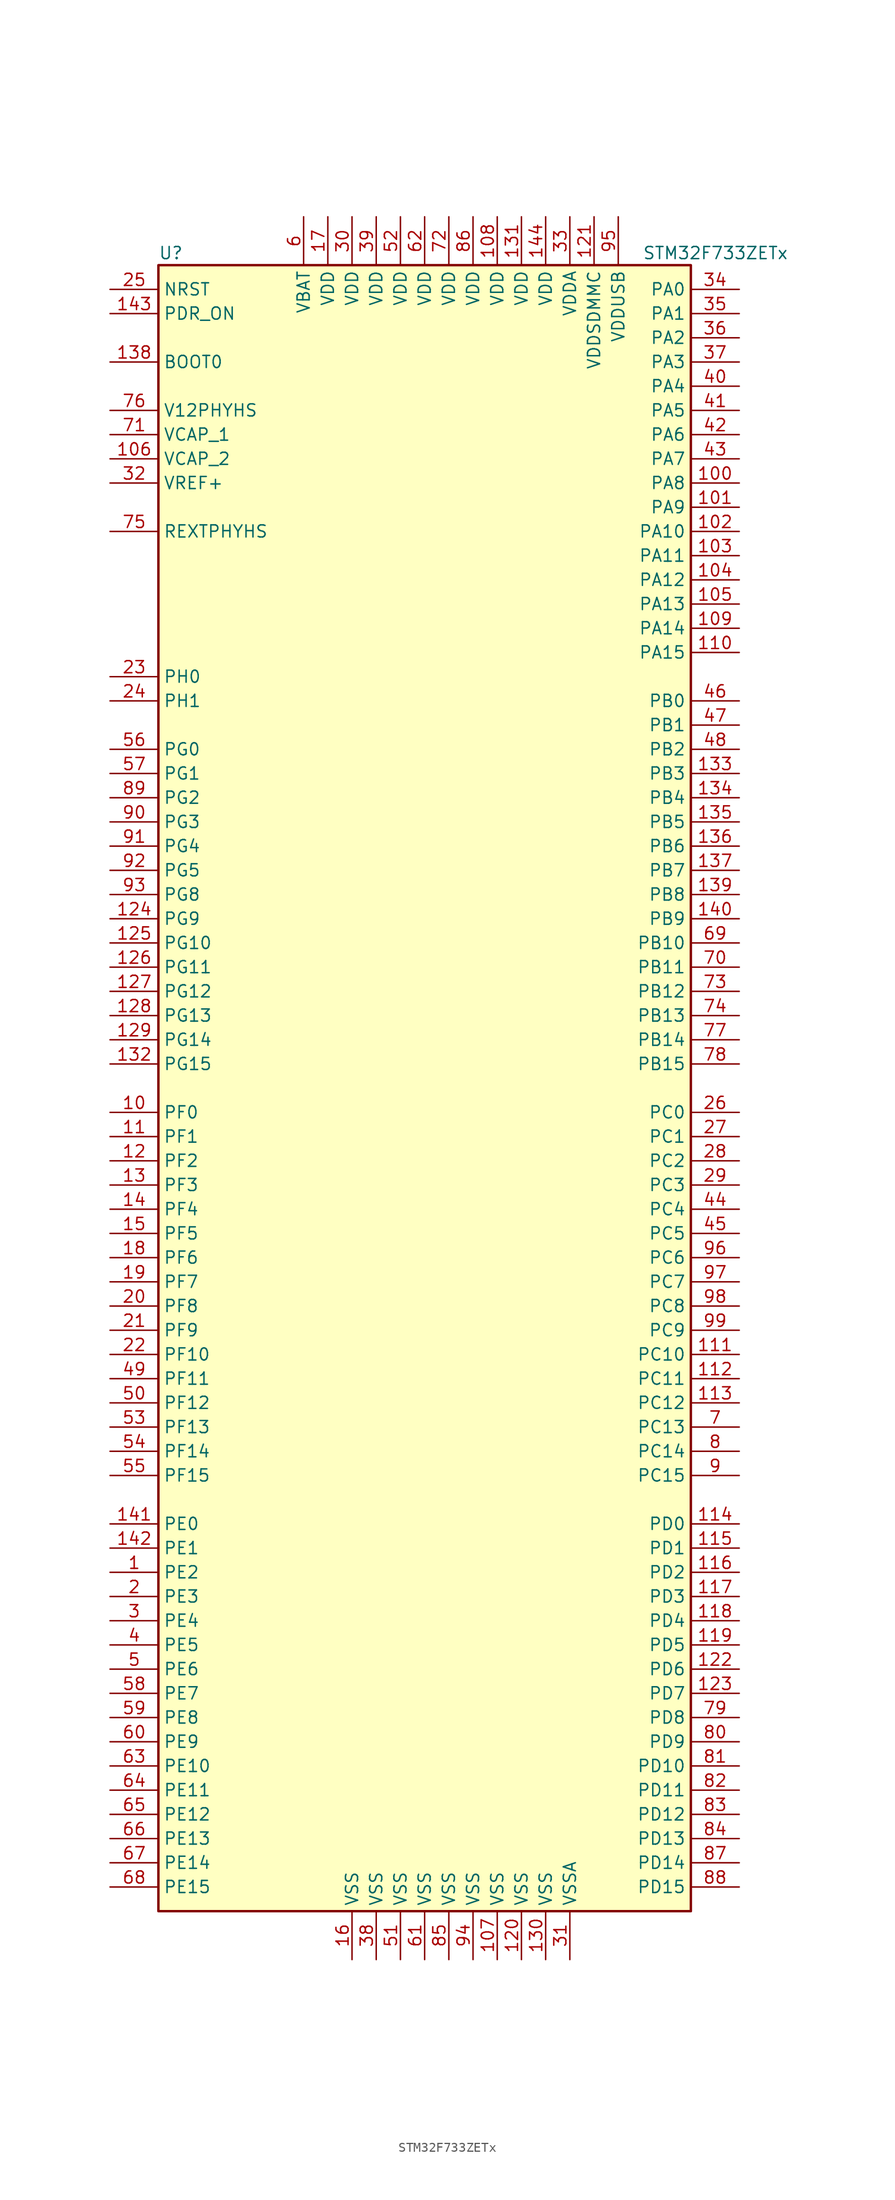
<source format=kicad_sym>
(kicad_symbol_lib
  (version 20211014)
  (generator kicad_symbol_editor)
  (symbol "STM32F733ZETx"
    (property "Reference" "U"
      (at -27.94 87.63 0)
      (effects (font (size 1.27 1.27)) (justify left)))
    (property "Value" "STM32F733ZETx"
      (at 22.86 87.63 0)
      (effects (font (size 1.27 1.27)) (justify left)))
    (symbol "STM32F733ZETx_0_1"
      (rectangle (start -27.94 -86.36) (end 27.94 86.36) (stroke (width 0.254) (type default) (color 0 0 0 0)) (fill (type background))))
    (symbol "STM32F733ZETx_1_1"
      (pin bidirectional line (at -33.02 -50.8 0) (length 5.08) (name "PE2" (effects (font (size 1.27 1.27)))) (number "1" (effects (font (size 1.27 1.27)))))
      (pin bidirectional line (at -33.02 -2.54 0) (length 5.08) (name "PF0" (effects (font (size 1.27 1.27)))) (number "10" (effects (font (size 1.27 1.27)))))
      (pin bidirectional line (at 33.02 63.5 180) (length 5.08) (name "PA8" (effects (font (size 1.27 1.27)))) (number "100" (effects (font (size 1.27 1.27)))))
      (pin bidirectional line (at 33.02 60.96 180) (length 5.08) (name "PA9" (effects (font (size 1.27 1.27)))) (number "101" (effects (font (size 1.27 1.27)))))
      (pin bidirectional line (at 33.02 58.42 180) (length 5.08) (name "PA10" (effects (font (size 1.27 1.27)))) (number "102" (effects (font (size 1.27 1.27)))))
      (pin bidirectional line (at 33.02 55.88 180) (length 5.08) (name "PA11" (effects (font (size 1.27 1.27)))) (number "103" (effects (font (size 1.27 1.27)))))
      (pin bidirectional line (at 33.02 53.34 180) (length 5.08) (name "PA12" (effects (font (size 1.27 1.27)))) (number "104" (effects (font (size 1.27 1.27)))))
      (pin bidirectional line (at 33.02 50.8 180) (length 5.08) (name "PA13" (effects (font (size 1.27 1.27)))) (number "105" (effects (font (size 1.27 1.27)))))
      (pin power_in line (at -33.02 66.04 0) (length 5.08) (name "VCAP_2" (effects (font (size 1.27 1.27)))) (number "106" (effects (font (size 1.27 1.27)))))
      (pin power_in line (at 7.62 -91.44 90) (length 5.08) (name "VSS" (effects (font (size 1.27 1.27)))) (number "107" (effects (font (size 1.27 1.27)))))
      (pin power_in line (at 7.62 91.44 270) (length 5.08) (name "VDD" (effects (font (size 1.27 1.27)))) (number "108" (effects (font (size 1.27 1.27)))))
      (pin bidirectional line (at 33.02 48.26 180) (length 5.08) (name "PA14" (effects (font (size 1.27 1.27)))) (number "109" (effects (font (size 1.27 1.27)))))
      (pin bidirectional line (at -33.02 -5.08 0) (length 5.08) (name "PF1" (effects (font (size 1.27 1.27)))) (number "11" (effects (font (size 1.27 1.27)))))
      (pin bidirectional line (at 33.02 45.72 180) (length 5.08) (name "PA15" (effects (font (size 1.27 1.27)))) (number "110" (effects (font (size 1.27 1.27)))))
      (pin bidirectional line (at 33.02 -27.94 180) (length 5.08) (name "PC10" (effects (font (size 1.27 1.27)))) (number "111" (effects (font (size 1.27 1.27)))))
      (pin bidirectional line (at 33.02 -30.48 180) (length 5.08) (name "PC11" (effects (font (size 1.27 1.27)))) (number "112" (effects (font (size 1.27 1.27)))))
      (pin bidirectional line (at 33.02 -33.02 180) (length 5.08) (name "PC12" (effects (font (size 1.27 1.27)))) (number "113" (effects (font (size 1.27 1.27)))))
      (pin bidirectional line (at 33.02 -45.72 180) (length 5.08) (name "PD0" (effects (font (size 1.27 1.27)))) (number "114" (effects (font (size 1.27 1.27)))))
      (pin bidirectional line (at 33.02 -48.26 180) (length 5.08) (name "PD1" (effects (font (size 1.27 1.27)))) (number "115" (effects (font (size 1.27 1.27)))))
      (pin bidirectional line (at 33.02 -50.8 180) (length 5.08) (name "PD2" (effects (font (size 1.27 1.27)))) (number "116" (effects (font (size 1.27 1.27)))))
      (pin bidirectional line (at 33.02 -53.34 180) (length 5.08) (name "PD3" (effects (font (size 1.27 1.27)))) (number "117" (effects (font (size 1.27 1.27)))))
      (pin bidirectional line (at 33.02 -55.88 180) (length 5.08) (name "PD4" (effects (font (size 1.27 1.27)))) (number "118" (effects (font (size 1.27 1.27)))))
      (pin bidirectional line (at 33.02 -58.42 180) (length 5.08) (name "PD5" (effects (font (size 1.27 1.27)))) (number "119" (effects (font (size 1.27 1.27)))))
      (pin bidirectional line (at -33.02 -7.62 0) (length 5.08) (name "PF2" (effects (font (size 1.27 1.27)))) (number "12" (effects (font (size 1.27 1.27)))))
      (pin power_in line (at 10.16 -91.44 90) (length 5.08) (name "VSS" (effects (font (size 1.27 1.27)))) (number "120" (effects (font (size 1.27 1.27)))))
      (pin power_in line (at 17.78 91.44 270) (length 5.08) (name "VDDSDMMC" (effects (font (size 1.27 1.27)))) (number "121" (effects (font (size 1.27 1.27)))))
      (pin bidirectional line (at 33.02 -60.96 180) (length 5.08) (name "PD6" (effects (font (size 1.27 1.27)))) (number "122" (effects (font (size 1.27 1.27)))))
      (pin bidirectional line (at 33.02 -63.5 180) (length 5.08) (name "PD7" (effects (font (size 1.27 1.27)))) (number "123" (effects (font (size 1.27 1.27)))))
      (pin bidirectional line (at -33.02 17.78 0) (length 5.08) (name "PG9" (effects (font (size 1.27 1.27)))) (number "124" (effects (font (size 1.27 1.27)))))
      (pin bidirectional line (at -33.02 15.24 0) (length 5.08) (name "PG10" (effects (font (size 1.27 1.27)))) (number "125" (effects (font (size 1.27 1.27)))))
      (pin bidirectional line (at -33.02 12.7 0) (length 5.08) (name "PG11" (effects (font (size 1.27 1.27)))) (number "126" (effects (font (size 1.27 1.27)))))
      (pin bidirectional line (at -33.02 10.16 0) (length 5.08) (name "PG12" (effects (font (size 1.27 1.27)))) (number "127" (effects (font (size 1.27 1.27)))))
      (pin bidirectional line (at -33.02 7.62 0) (length 5.08) (name "PG13" (effects (font (size 1.27 1.27)))) (number "128" (effects (font (size 1.27 1.27)))))
      (pin bidirectional line (at -33.02 5.08 0) (length 5.08) (name "PG14" (effects (font (size 1.27 1.27)))) (number "129" (effects (font (size 1.27 1.27)))))
      (pin bidirectional line (at -33.02 -10.16 0) (length 5.08) (name "PF3" (effects (font (size 1.27 1.27)))) (number "13" (effects (font (size 1.27 1.27)))))
      (pin power_in line (at 12.7 -91.44 90) (length 5.08) (name "VSS" (effects (font (size 1.27 1.27)))) (number "130" (effects (font (size 1.27 1.27)))))
      (pin power_in line (at 10.16 91.44 270) (length 5.08) (name "VDD" (effects (font (size 1.27 1.27)))) (number "131" (effects (font (size 1.27 1.27)))))
      (pin bidirectional line (at -33.02 2.54 0) (length 5.08) (name "PG15" (effects (font (size 1.27 1.27)))) (number "132" (effects (font (size 1.27 1.27)))))
      (pin bidirectional line (at 33.02 33.02 180) (length 5.08) (name "PB3" (effects (font (size 1.27 1.27)))) (number "133" (effects (font (size 1.27 1.27)))))
      (pin bidirectional line (at 33.02 30.48 180) (length 5.08) (name "PB4" (effects (font (size 1.27 1.27)))) (number "134" (effects (font (size 1.27 1.27)))))
      (pin bidirectional line (at 33.02 27.94 180) (length 5.08) (name "PB5" (effects (font (size 1.27 1.27)))) (number "135" (effects (font (size 1.27 1.27)))))
      (pin bidirectional line (at 33.02 25.4 180) (length 5.08) (name "PB6" (effects (font (size 1.27 1.27)))) (number "136" (effects (font (size 1.27 1.27)))))
      (pin bidirectional line (at 33.02 22.86 180) (length 5.08) (name "PB7" (effects (font (size 1.27 1.27)))) (number "137" (effects (font (size 1.27 1.27)))))
      (pin input line (at -33.02 76.2 0) (length 5.08) (name "BOOT0" (effects (font (size 1.27 1.27)))) (number "138" (effects (font (size 1.27 1.27)))))
      (pin bidirectional line (at 33.02 20.32 180) (length 5.08) (name "PB8" (effects (font (size 1.27 1.27)))) (number "139" (effects (font (size 1.27 1.27)))))
      (pin bidirectional line (at -33.02 -12.7 0) (length 5.08) (name "PF4" (effects (font (size 1.27 1.27)))) (number "14" (effects (font (size 1.27 1.27)))))
      (pin bidirectional line (at 33.02 17.78 180) (length 5.08) (name "PB9" (effects (font (size 1.27 1.27)))) (number "140" (effects (font (size 1.27 1.27)))))
      (pin bidirectional line (at -33.02 -45.72 0) (length 5.08) (name "PE0" (effects (font (size 1.27 1.27)))) (number "141" (effects (font (size 1.27 1.27)))))
      (pin bidirectional line (at -33.02 -48.26 0) (length 5.08) (name "PE1" (effects (font (size 1.27 1.27)))) (number "142" (effects (font (size 1.27 1.27)))))
      (pin input line (at -33.02 81.28 0) (length 5.08) (name "PDR_ON" (effects (font (size 1.27 1.27)))) (number "143" (effects (font (size 1.27 1.27)))))
      (pin power_in line (at 12.7 91.44 270) (length 5.08) (name "VDD" (effects (font (size 1.27 1.27)))) (number "144" (effects (font (size 1.27 1.27)))))
      (pin bidirectional line (at -33.02 -15.24 0) (length 5.08) (name "PF5" (effects (font (size 1.27 1.27)))) (number "15" (effects (font (size 1.27 1.27)))))
      (pin power_in line (at -7.62 -91.44 90) (length 5.08) (name "VSS" (effects (font (size 1.27 1.27)))) (number "16" (effects (font (size 1.27 1.27)))))
      (pin power_in line (at -10.16 91.44 270) (length 5.08) (name "VDD" (effects (font (size 1.27 1.27)))) (number "17" (effects (font (size 1.27 1.27)))))
      (pin bidirectional line (at -33.02 -17.78 0) (length 5.08) (name "PF6" (effects (font (size 1.27 1.27)))) (number "18" (effects (font (size 1.27 1.27)))))
      (pin bidirectional line (at -33.02 -20.32 0) (length 5.08) (name "PF7" (effects (font (size 1.27 1.27)))) (number "19" (effects (font (size 1.27 1.27)))))
      (pin bidirectional line (at -33.02 -53.34 0) (length 5.08) (name "PE3" (effects (font (size 1.27 1.27)))) (number "2" (effects (font (size 1.27 1.27)))))
      (pin bidirectional line (at -33.02 -22.86 0) (length 5.08) (name "PF8" (effects (font (size 1.27 1.27)))) (number "20" (effects (font (size 1.27 1.27)))))
      (pin bidirectional line (at -33.02 -25.4 0) (length 5.08) (name "PF9" (effects (font (size 1.27 1.27)))) (number "21" (effects (font (size 1.27 1.27)))))
      (pin bidirectional line (at -33.02 -27.94 0) (length 5.08) (name "PF10" (effects (font (size 1.27 1.27)))) (number "22" (effects (font (size 1.27 1.27)))))
      (pin input line (at -33.02 43.18 0) (length 5.08) (name "PH0" (effects (font (size 1.27 1.27)))) (number "23" (effects (font (size 1.27 1.27)))))
      (pin input line (at -33.02 40.64 0) (length 5.08) (name "PH1" (effects (font (size 1.27 1.27)))) (number "24" (effects (font (size 1.27 1.27)))))
      (pin input line (at -33.02 83.82 0) (length 5.08) (name "NRST" (effects (font (size 1.27 1.27)))) (number "25" (effects (font (size 1.27 1.27)))))
      (pin bidirectional line (at 33.02 -2.54 180) (length 5.08) (name "PC0" (effects (font (size 1.27 1.27)))) (number "26" (effects (font (size 1.27 1.27)))))
      (pin bidirectional line (at 33.02 -5.08 180) (length 5.08) (name "PC1" (effects (font (size 1.27 1.27)))) (number "27" (effects (font (size 1.27 1.27)))))
      (pin bidirectional line (at 33.02 -7.62 180) (length 5.08) (name "PC2" (effects (font (size 1.27 1.27)))) (number "28" (effects (font (size 1.27 1.27)))))
      (pin bidirectional line (at 33.02 -10.16 180) (length 5.08) (name "PC3" (effects (font (size 1.27 1.27)))) (number "29" (effects (font (size 1.27 1.27)))))
      (pin bidirectional line (at -33.02 -55.88 0) (length 5.08) (name "PE4" (effects (font (size 1.27 1.27)))) (number "3" (effects (font (size 1.27 1.27)))))
      (pin power_in line (at -7.62 91.44 270) (length 5.08) (name "VDD" (effects (font (size 1.27 1.27)))) (number "30" (effects (font (size 1.27 1.27)))))
      (pin power_in line (at 15.24 -91.44 90) (length 5.08) (name "VSSA" (effects (font (size 1.27 1.27)))) (number "31" (effects (font (size 1.27 1.27)))))
      (pin power_in line (at -33.02 63.5 0) (length 5.08) (name "VREF+" (effects (font (size 1.27 1.27)))) (number "32" (effects (font (size 1.27 1.27)))))
      (pin power_in line (at 15.24 91.44 270) (length 5.08) (name "VDDA" (effects (font (size 1.27 1.27)))) (number "33" (effects (font (size 1.27 1.27)))))
      (pin bidirectional line (at 33.02 83.82 180) (length 5.08) (name "PA0" (effects (font (size 1.27 1.27)))) (number "34" (effects (font (size 1.27 1.27)))))
      (pin bidirectional line (at 33.02 81.28 180) (length 5.08) (name "PA1" (effects (font (size 1.27 1.27)))) (number "35" (effects (font (size 1.27 1.27)))))
      (pin bidirectional line (at 33.02 78.74 180) (length 5.08) (name "PA2" (effects (font (size 1.27 1.27)))) (number "36" (effects (font (size 1.27 1.27)))))
      (pin bidirectional line (at 33.02 76.2 180) (length 5.08) (name "PA3" (effects (font (size 1.27 1.27)))) (number "37" (effects (font (size 1.27 1.27)))))
      (pin power_in line (at -5.08 -91.44 90) (length 5.08) (name "VSS" (effects (font (size 1.27 1.27)))) (number "38" (effects (font (size 1.27 1.27)))))
      (pin power_in line (at -5.08 91.44 270) (length 5.08) (name "VDD" (effects (font (size 1.27 1.27)))) (number "39" (effects (font (size 1.27 1.27)))))
      (pin bidirectional line (at -33.02 -58.42 0) (length 5.08) (name "PE5" (effects (font (size 1.27 1.27)))) (number "4" (effects (font (size 1.27 1.27)))))
      (pin bidirectional line (at 33.02 73.66 180) (length 5.08) (name "PA4" (effects (font (size 1.27 1.27)))) (number "40" (effects (font (size 1.27 1.27)))))
      (pin bidirectional line (at 33.02 71.12 180) (length 5.08) (name "PA5" (effects (font (size 1.27 1.27)))) (number "41" (effects (font (size 1.27 1.27)))))
      (pin bidirectional line (at 33.02 68.58 180) (length 5.08) (name "PA6" (effects (font (size 1.27 1.27)))) (number "42" (effects (font (size 1.27 1.27)))))
      (pin bidirectional line (at 33.02 66.04 180) (length 5.08) (name "PA7" (effects (font (size 1.27 1.27)))) (number "43" (effects (font (size 1.27 1.27)))))
      (pin bidirectional line (at 33.02 -12.7 180) (length 5.08) (name "PC4" (effects (font (size 1.27 1.27)))) (number "44" (effects (font (size 1.27 1.27)))))
      (pin bidirectional line (at 33.02 -15.24 180) (length 5.08) (name "PC5" (effects (font (size 1.27 1.27)))) (number "45" (effects (font (size 1.27 1.27)))))
      (pin bidirectional line (at 33.02 40.64 180) (length 5.08) (name "PB0" (effects (font (size 1.27 1.27)))) (number "46" (effects (font (size 1.27 1.27)))))
      (pin bidirectional line (at 33.02 38.1 180) (length 5.08) (name "PB1" (effects (font (size 1.27 1.27)))) (number "47" (effects (font (size 1.27 1.27)))))
      (pin bidirectional line (at 33.02 35.56 180) (length 5.08) (name "PB2" (effects (font (size 1.27 1.27)))) (number "48" (effects (font (size 1.27 1.27)))))
      (pin bidirectional line (at -33.02 -30.48 0) (length 5.08) (name "PF11" (effects (font (size 1.27 1.27)))) (number "49" (effects (font (size 1.27 1.27)))))
      (pin bidirectional line (at -33.02 -60.96 0) (length 5.08) (name "PE6" (effects (font (size 1.27 1.27)))) (number "5" (effects (font (size 1.27 1.27)))))
      (pin bidirectional line (at -33.02 -33.02 0) (length 5.08) (name "PF12" (effects (font (size 1.27 1.27)))) (number "50" (effects (font (size 1.27 1.27)))))
      (pin power_in line (at -2.54 -91.44 90) (length 5.08) (name "VSS" (effects (font (size 1.27 1.27)))) (number "51" (effects (font (size 1.27 1.27)))))
      (pin power_in line (at -2.54 91.44 270) (length 5.08) (name "VDD" (effects (font (size 1.27 1.27)))) (number "52" (effects (font (size 1.27 1.27)))))
      (pin bidirectional line (at -33.02 -35.56 0) (length 5.08) (name "PF13" (effects (font (size 1.27 1.27)))) (number "53" (effects (font (size 1.27 1.27)))))
      (pin bidirectional line (at -33.02 -38.1 0) (length 5.08) (name "PF14" (effects (font (size 1.27 1.27)))) (number "54" (effects (font (size 1.27 1.27)))))
      (pin bidirectional line (at -33.02 -40.64 0) (length 5.08) (name "PF15" (effects (font (size 1.27 1.27)))) (number "55" (effects (font (size 1.27 1.27)))))
      (pin bidirectional line (at -33.02 35.56 0) (length 5.08) (name "PG0" (effects (font (size 1.27 1.27)))) (number "56" (effects (font (size 1.27 1.27)))))
      (pin bidirectional line (at -33.02 33.02 0) (length 5.08) (name "PG1" (effects (font (size 1.27 1.27)))) (number "57" (effects (font (size 1.27 1.27)))))
      (pin bidirectional line (at -33.02 -63.5 0) (length 5.08) (name "PE7" (effects (font (size 1.27 1.27)))) (number "58" (effects (font (size 1.27 1.27)))))
      (pin bidirectional line (at -33.02 -66.04 0) (length 5.08) (name "PE8" (effects (font (size 1.27 1.27)))) (number "59" (effects (font (size 1.27 1.27)))))
      (pin power_in line (at -12.7 91.44 270) (length 5.08) (name "VBAT" (effects (font (size 1.27 1.27)))) (number "6" (effects (font (size 1.27 1.27)))))
      (pin bidirectional line (at -33.02 -68.58 0) (length 5.08) (name "PE9" (effects (font (size 1.27 1.27)))) (number "60" (effects (font (size 1.27 1.27)))))
      (pin power_in line (at 0 -91.44 90) (length 5.08) (name "VSS" (effects (font (size 1.27 1.27)))) (number "61" (effects (font (size 1.27 1.27)))))
      (pin power_in line (at 0 91.44 270) (length 5.08) (name "VDD" (effects (font (size 1.27 1.27)))) (number "62" (effects (font (size 1.27 1.27)))))
      (pin bidirectional line (at -33.02 -71.12 0) (length 5.08) (name "PE10" (effects (font (size 1.27 1.27)))) (number "63" (effects (font (size 1.27 1.27)))))
      (pin bidirectional line (at -33.02 -73.66 0) (length 5.08) (name "PE11" (effects (font (size 1.27 1.27)))) (number "64" (effects (font (size 1.27 1.27)))))
      (pin bidirectional line (at -33.02 -76.2 0) (length 5.08) (name "PE12" (effects (font (size 1.27 1.27)))) (number "65" (effects (font (size 1.27 1.27)))))
      (pin bidirectional line (at -33.02 -78.74 0) (length 5.08) (name "PE13" (effects (font (size 1.27 1.27)))) (number "66" (effects (font (size 1.27 1.27)))))
      (pin bidirectional line (at -33.02 -81.28 0) (length 5.08) (name "PE14" (effects (font (size 1.27 1.27)))) (number "67" (effects (font (size 1.27 1.27)))))
      (pin bidirectional line (at -33.02 -83.82 0) (length 5.08) (name "PE15" (effects (font (size 1.27 1.27)))) (number "68" (effects (font (size 1.27 1.27)))))
      (pin bidirectional line (at 33.02 15.24 180) (length 5.08) (name "PB10" (effects (font (size 1.27 1.27)))) (number "69" (effects (font (size 1.27 1.27)))))
      (pin bidirectional line (at 33.02 -35.56 180) (length 5.08) (name "PC13" (effects (font (size 1.27 1.27)))) (number "7" (effects (font (size 1.27 1.27)))))
      (pin bidirectional line (at 33.02 12.7 180) (length 5.08) (name "PB11" (effects (font (size 1.27 1.27)))) (number "70" (effects (font (size 1.27 1.27)))))
      (pin power_in line (at -33.02 68.58 0) (length 5.08) (name "VCAP_1" (effects (font (size 1.27 1.27)))) (number "71" (effects (font (size 1.27 1.27)))))
      (pin power_in line (at 2.54 91.44 270) (length 5.08) (name "VDD" (effects (font (size 1.27 1.27)))) (number "72" (effects (font (size 1.27 1.27)))))
      (pin bidirectional line (at 33.02 10.16 180) (length 5.08) (name "PB12" (effects (font (size 1.27 1.27)))) (number "73" (effects (font (size 1.27 1.27)))))
      (pin bidirectional line (at 33.02 7.62 180) (length 5.08) (name "PB13" (effects (font (size 1.27 1.27)))) (number "74" (effects (font (size 1.27 1.27)))))
      (pin bidirectional line (at -33.02 58.42 0) (length 5.08) (name "REXTPHYHS" (effects (font (size 1.27 1.27)))) (number "75" (effects (font (size 1.27 1.27)))))
      (pin power_in line (at -33.02 71.12 0) (length 5.08) (name "V12PHYHS" (effects (font (size 1.27 1.27)))) (number "76" (effects (font (size 1.27 1.27)))))
      (pin bidirectional line (at 33.02 5.08 180) (length 5.08) (name "PB14" (effects (font (size 1.27 1.27)))) (number "77" (effects (font (size 1.27 1.27)))))
      (pin bidirectional line (at 33.02 2.54 180) (length 5.08) (name "PB15" (effects (font (size 1.27 1.27)))) (number "78" (effects (font (size 1.27 1.27)))))
      (pin bidirectional line (at 33.02 -66.04 180) (length 5.08) (name "PD8" (effects (font (size 1.27 1.27)))) (number "79" (effects (font (size 1.27 1.27)))))
      (pin bidirectional line (at 33.02 -38.1 180) (length 5.08) (name "PC14" (effects (font (size 1.27 1.27)))) (number "8" (effects (font (size 1.27 1.27)))))
      (pin bidirectional line (at 33.02 -68.58 180) (length 5.08) (name "PD9" (effects (font (size 1.27 1.27)))) (number "80" (effects (font (size 1.27 1.27)))))
      (pin bidirectional line (at 33.02 -71.12 180) (length 5.08) (name "PD10" (effects (font (size 1.27 1.27)))) (number "81" (effects (font (size 1.27 1.27)))))
      (pin bidirectional line (at 33.02 -73.66 180) (length 5.08) (name "PD11" (effects (font (size 1.27 1.27)))) (number "82" (effects (font (size 1.27 1.27)))))
      (pin bidirectional line (at 33.02 -76.2 180) (length 5.08) (name "PD12" (effects (font (size 1.27 1.27)))) (number "83" (effects (font (size 1.27 1.27)))))
      (pin bidirectional line (at 33.02 -78.74 180) (length 5.08) (name "PD13" (effects (font (size 1.27 1.27)))) (number "84" (effects (font (size 1.27 1.27)))))
      (pin power_in line (at 2.54 -91.44 90) (length 5.08) (name "VSS" (effects (font (size 1.27 1.27)))) (number "85" (effects (font (size 1.27 1.27)))))
      (pin power_in line (at 5.08 91.44 270) (length 5.08) (name "VDD" (effects (font (size 1.27 1.27)))) (number "86" (effects (font (size 1.27 1.27)))))
      (pin bidirectional line (at 33.02 -81.28 180) (length 5.08) (name "PD14" (effects (font (size 1.27 1.27)))) (number "87" (effects (font (size 1.27 1.27)))))
      (pin bidirectional line (at 33.02 -83.82 180) (length 5.08) (name "PD15" (effects (font (size 1.27 1.27)))) (number "88" (effects (font (size 1.27 1.27)))))
      (pin bidirectional line (at -33.02 30.48 0) (length 5.08) (name "PG2" (effects (font (size 1.27 1.27)))) (number "89" (effects (font (size 1.27 1.27)))))
      (pin bidirectional line (at 33.02 -40.64 180) (length 5.08) (name "PC15" (effects (font (size 1.27 1.27)))) (number "9" (effects (font (size 1.27 1.27)))))
      (pin bidirectional line (at -33.02 27.94 0) (length 5.08) (name "PG3" (effects (font (size 1.27 1.27)))) (number "90" (effects (font (size 1.27 1.27)))))
      (pin bidirectional line (at -33.02 25.4 0) (length 5.08) (name "PG4" (effects (font (size 1.27 1.27)))) (number "91" (effects (font (size 1.27 1.27)))))
      (pin bidirectional line (at -33.02 22.86 0) (length 5.08) (name "PG5" (effects (font (size 1.27 1.27)))) (number "92" (effects (font (size 1.27 1.27)))))
      (pin bidirectional line (at -33.02 20.32 0) (length 5.08) (name "PG8" (effects (font (size 1.27 1.27)))) (number "93" (effects (font (size 1.27 1.27)))))
      (pin power_in line (at 5.08 -91.44 90) (length 5.08) (name "VSS" (effects (font (size 1.27 1.27)))) (number "94" (effects (font (size 1.27 1.27)))))
      (pin power_in line (at 20.32 91.44 270) (length 5.08) (name "VDDUSB" (effects (font (size 1.27 1.27)))) (number "95" (effects (font (size 1.27 1.27)))))
      (pin bidirectional line (at 33.02 -17.78 180) (length 5.08) (name "PC6" (effects (font (size 1.27 1.27)))) (number "96" (effects (font (size 1.27 1.27)))))
      (pin bidirectional line (at 33.02 -20.32 180) (length 5.08) (name "PC7" (effects (font (size 1.27 1.27)))) (number "97" (effects (font (size 1.27 1.27)))))
      (pin bidirectional line (at 33.02 -22.86 180) (length 5.08) (name "PC8" (effects (font (size 1.27 1.27)))) (number "98" (effects (font (size 1.27 1.27)))))
      (pin bidirectional line (at 33.02 -25.4 180) (length 5.08) (name "PC9" (effects (font (size 1.27 1.27)))) (number "99" (effects (font (size 1.27 1.27))))))))
</source>
